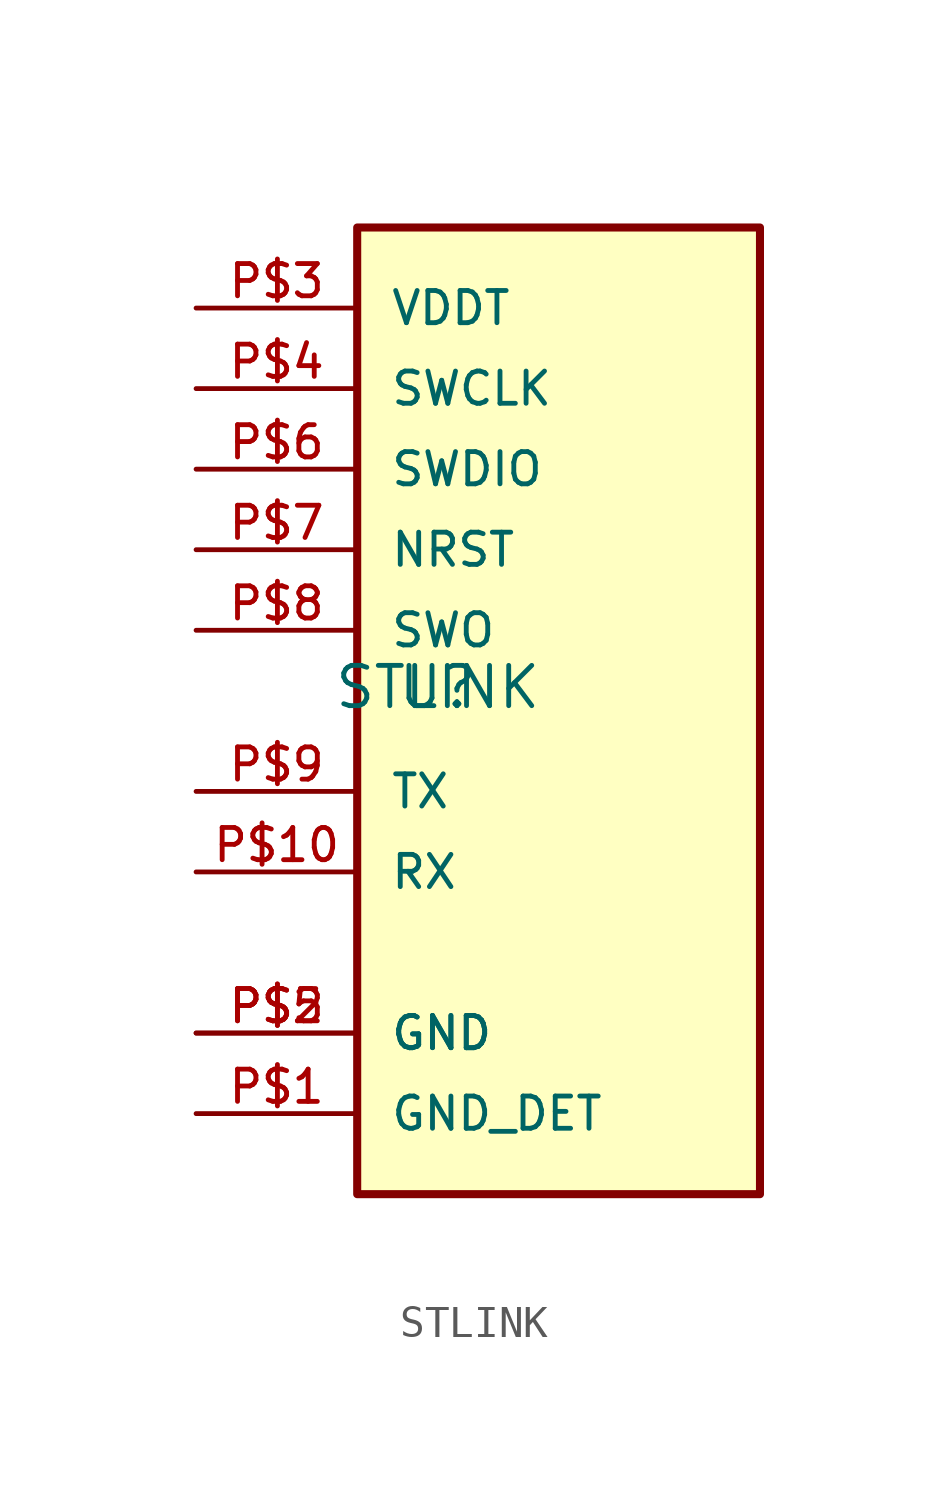
<source format=kicad_sym>
(kicad_symbol_lib
  (version 20211014)
  (generator kicad_symbol_editor)
  (symbol "STLINK"
    (pin_names
      (offset 1.016))
    (property "Reference" "U"
      (at 0 0 0)
      (effects (font (size 1.27 1.27)) (justify bottom)))
    (property "Value" "STLINK"
      (at 0 0.0 0)
      (effects (font (size 1.27 1.27)) (justify bottom)))
    (symbol "STLINK_0_0"
      (rectangle (start -2.54 -15.24) (end 10.16 15.24) (stroke (width 0.254)) (fill (type background)))
      (pin bidirectional line (at -7.62 12.7 0) (length 5.08) (name "VDDT" (effects (font (size 1.016 1.016)))) (number "P$3" (effects (font (size 1.016 1.016)))))
      (pin bidirectional line (at -7.62 10.16 0) (length 5.08) (name "SWCLK" (effects (font (size 1.016 1.016)))) (number "P$4" (effects (font (size 1.016 1.016)))))
      (pin bidirectional line (at -7.62 7.62 0) (length 5.08) (name "SWDIO" (effects (font (size 1.016 1.016)))) (number "P$6" (effects (font (size 1.016 1.016)))))
      (pin bidirectional line (at -7.62 5.08 0) (length 5.08) (name "NRST" (effects (font (size 1.016 1.016)))) (number "P$7" (effects (font (size 1.016 1.016)))))
      (pin bidirectional line (at -7.62 2.54 0) (length 5.08) (name "SWO" (effects (font (size 1.016 1.016)))) (number "P$8" (effects (font (size 1.016 1.016)))))
      (pin bidirectional line (at -7.62 -2.54 0) (length 5.08) (name "TX" (effects (font (size 1.016 1.016)))) (number "P$9" (effects (font (size 1.016 1.016)))))
      (pin bidirectional line (at -7.62 -5.08 0) (length 5.08) (name "RX" (effects (font (size 1.016 1.016)))) (number "P$10" (effects (font (size 1.016 1.016)))))
      (pin bidirectional line (at -7.62 -10.16 0) (length 5.08) (name "GND" (effects (font (size 1.016 1.016)))) (number "P$2" (effects (font (size 1.016 1.016)))))
      (pin bidirectional line (at -7.62 -10.16 0) (length 5.08) (name "GND" (effects (font (size 1.016 1.016)))) (number "P$5" (effects (font (size 1.016 1.016)))))
      (pin bidirectional line (at -7.62 -12.7 0) (length 5.08) (name "GND_DET" (effects (font (size 1.016 1.016)))) (number "P$1" (effects (font (size 1.016 1.016))))))))
</source>
